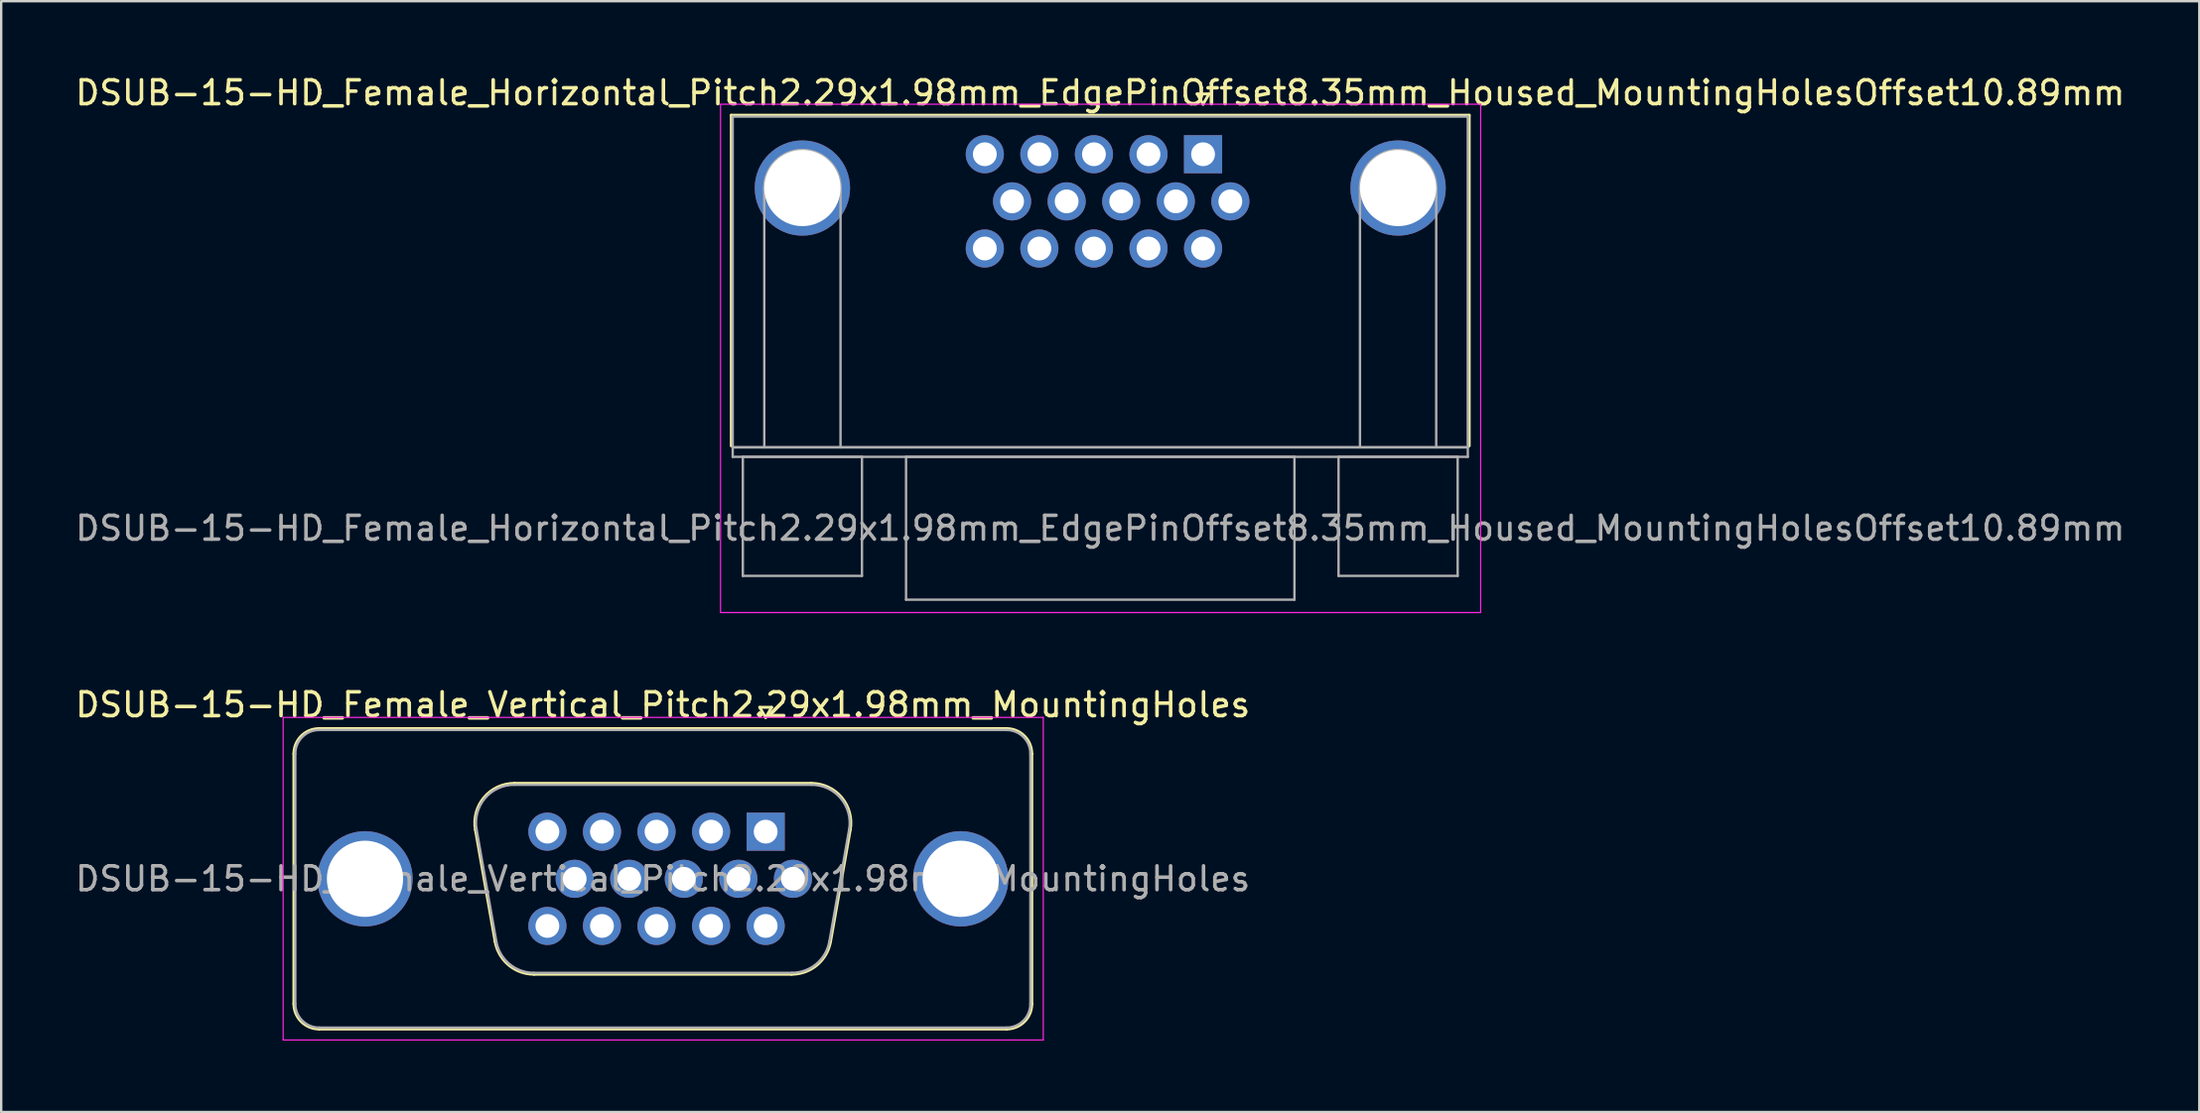
<source format=kicad_pcb>
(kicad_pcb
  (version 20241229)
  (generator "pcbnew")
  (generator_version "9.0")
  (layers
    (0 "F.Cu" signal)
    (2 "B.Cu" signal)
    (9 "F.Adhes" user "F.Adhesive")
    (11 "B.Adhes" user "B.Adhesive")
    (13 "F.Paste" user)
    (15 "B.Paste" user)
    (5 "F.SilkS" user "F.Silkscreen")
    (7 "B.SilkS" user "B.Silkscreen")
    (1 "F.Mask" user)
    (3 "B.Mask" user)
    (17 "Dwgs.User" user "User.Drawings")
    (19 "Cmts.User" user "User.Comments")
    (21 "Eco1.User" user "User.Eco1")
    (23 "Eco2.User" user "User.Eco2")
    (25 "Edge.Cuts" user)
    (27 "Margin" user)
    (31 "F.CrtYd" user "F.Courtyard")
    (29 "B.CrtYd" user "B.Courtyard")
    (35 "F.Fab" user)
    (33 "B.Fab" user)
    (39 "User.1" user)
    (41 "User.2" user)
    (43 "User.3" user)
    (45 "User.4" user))
  (footprint "DSUB-15-HD_Female_Horizontal_Pitch2.29x1.98mm_EdgePinOffset8.35mm_Housed_MountingHolesOffset10.89mm"
    (layer "F.Cu")
    (at 47.44 3.428)
    (property "Reference" "DSUB-15-HD_Female_Horizontal_Pitch2.29x1.98mm_EdgePinOffset8.35mm_Housed_MountingHolesOffset10.89mm" (at -4.315 -2.58 0) (layer "F.SilkS") (effects (font (size 1 1) (thickness 0.15))))
    (attr through_hole)
    (fp_line (start -19.8 -1.64) (end 11.17 -1.64) (stroke (width 0.12) (type solid)) (layer "F.SilkS"))
    (fp_line (start -19.8 12.25) (end -19.8 -1.64) (stroke (width 0.12) (type solid)) (layer "F.SilkS"))
    (fp_line (start -0.25 -2.534) (end 0.25 -2.534) (stroke (width 0.12) (type solid)) (layer "F.SilkS"))
    (fp_line (start 0 -2.101) (end -0.25 -2.534) (stroke (width 0.12) (type solid)) (layer "F.SilkS"))
    (fp_line (start 0.25 -2.534) (end 0 -2.101) (stroke (width 0.12) (type solid)) (layer "F.SilkS"))
    (fp_line (start 11.17 -1.64) (end 11.17 12.25) (stroke (width 0.12) (type solid)) (layer "F.SilkS"))
    (fp_line (start -20.25 -2.1) (end -20.25 19.25) (stroke (width 0.05) (type solid)) (layer "F.CrtYd"))
    (fp_line (start -20.25 19.25) (end 11.65 19.25) (stroke (width 0.05) (type solid)) (layer "F.CrtYd"))
    (fp_line (start 11.65 -2.1) (end -20.25 -2.1) (stroke (width 0.05) (type solid)) (layer "F.CrtYd"))
    (fp_line (start 11.65 19.25) (end 11.65 -2.1) (stroke (width 0.05) (type solid)) (layer "F.CrtYd"))
    (fp_line (start -19.74 -1.58) (end -19.74 12.31) (stroke (width 0.1) (type solid)) (layer "F.Fab"))
    (fp_line (start -19.74 12.31) (end -19.74 12.71) (stroke (width 0.1) (type solid)) (layer "F.Fab"))
    (fp_line (start -19.74 12.31) (end 11.11 12.31) (stroke (width 0.1) (type solid)) (layer "F.Fab"))
    (fp_line (start -19.74 12.71) (end 11.11 12.71) (stroke (width 0.1) (type solid)) (layer "F.Fab"))
    (fp_line (start -19.315 12.71) (end -19.315 17.71) (stroke (width 0.1) (type solid)) (layer "F.Fab"))
    (fp_line (start -19.315 17.71) (end -14.315 17.71) (stroke (width 0.1) (type solid)) (layer "F.Fab"))
    (fp_line (start -18.415 12.31) (end -18.415 1.42) (stroke (width 0.1) (type solid)) (layer "F.Fab"))
    (fp_line (start -15.215 12.31) (end -15.215 1.42) (stroke (width 0.1) (type solid)) (layer "F.Fab"))
    (fp_line (start -14.315 12.71) (end -19.315 12.71) (stroke (width 0.1) (type solid)) (layer "F.Fab"))
    (fp_line (start -14.315 17.71) (end -14.315 12.71) (stroke (width 0.1) (type solid)) (layer "F.Fab"))
    (fp_line (start -12.465 12.71) (end -12.465 18.71) (stroke (width 0.1) (type solid)) (layer "F.Fab"))
    (fp_line (start -12.465 18.71) (end 3.835 18.71) (stroke (width 0.1) (type solid)) (layer "F.Fab"))
    (fp_line (start 3.835 12.71) (end -12.465 12.71) (stroke (width 0.1) (type solid)) (layer "F.Fab"))
    (fp_line (start 3.835 18.71) (end 3.835 12.71) (stroke (width 0.1) (type solid)) (layer "F.Fab"))
    (fp_line (start 5.685 12.71) (end 5.685 17.71) (stroke (width 0.1) (type solid)) (layer "F.Fab"))
    (fp_line (start 5.685 17.71) (end 10.685 17.71) (stroke (width 0.1) (type solid)) (layer "F.Fab"))
    (fp_line (start 6.585 12.31) (end 6.585 1.42) (stroke (width 0.1) (type solid)) (layer "F.Fab"))
    (fp_line (start 9.785 12.31) (end 9.785 1.42) (stroke (width 0.1) (type solid)) (layer "F.Fab"))
    (fp_line (start 10.685 12.71) (end 5.685 12.71) (stroke (width 0.1) (type solid)) (layer "F.Fab"))
    (fp_line (start 10.685 17.71) (end 10.685 12.71) (stroke (width 0.1) (type solid)) (layer "F.Fab"))
    (fp_line (start 11.11 -1.58) (end -19.74 -1.58) (stroke (width 0.1) (type solid)) (layer "F.Fab"))
    (fp_line (start 11.11 12.31) (end -19.74 12.31) (stroke (width 0.1) (type solid)) (layer "F.Fab"))
    (fp_line (start 11.11 12.31) (end 11.11 -1.58) (stroke (width 0.1) (type solid)) (layer "F.Fab"))
    (fp_line (start 11.11 12.71) (end 11.11 12.31) (stroke (width 0.1) (type solid)) (layer "F.Fab"))
    (fp_arc (start -18.415 1.42) (mid -16.815 -0.18) (end -15.215 1.42) (stroke (width 0.1) (type solid)) (layer "F.Fab"))
    (fp_arc (start 6.585 1.42) (mid 8.185 -0.18) (end 9.785 1.42) (stroke (width 0.1) (type solid)) (layer "F.Fab"))
    (fp_text user "${REFERENCE}" (at -4.315 15.71 0) (layer "F.Fab") (effects (font (size 1 1) (thickness 0.15))))
    (pad "0" thru_hole circle (at -16.815 1.42) (size 4 4) (drill 3.2) (layers "*.Cu" "*.Mask"))
    (pad "0" thru_hole circle (at 8.185 1.42) (size 4 4) (drill 3.2) (layers "*.Cu" "*.Mask"))
    (pad "1" thru_hole rect (at 0 0) (size 1.6 1.6) (drill 1) (layers "*.Cu" "*.Mask"))
    (pad "2" thru_hole circle (at -2.29 0) (size 1.6 1.6) (drill 1) (layers "*.Cu" "*.Mask"))
    (pad "3" thru_hole circle (at -4.58 0) (size 1.6 1.6) (drill 1) (layers "*.Cu" "*.Mask"))
    (pad "4" thru_hole circle (at -6.87 0) (size 1.6 1.6) (drill 1) (layers "*.Cu" "*.Mask"))
    (pad "5" thru_hole circle (at -9.16 0) (size 1.6 1.6) (drill 1) (layers "*.Cu" "*.Mask"))
    (pad "6" thru_hole circle (at 1.145 1.98) (size 1.6 1.6) (drill 1) (layers "*.Cu" "*.Mask"))
    (pad "7" thru_hole circle (at -1.145 1.98) (size 1.6 1.6) (drill 1) (layers "*.Cu" "*.Mask"))
    (pad "8" thru_hole circle (at -3.435 1.98) (size 1.6 1.6) (drill 1) (layers "*.Cu" "*.Mask"))
    (pad "9" thru_hole circle (at -5.725 1.98) (size 1.6 1.6) (drill 1) (layers "*.Cu" "*.Mask"))
    (pad "10" thru_hole circle (at -8.015 1.98) (size 1.6 1.6) (drill 1) (layers "*.Cu" "*.Mask"))
    (pad "11" thru_hole circle (at 0 3.96) (size 1.6 1.6) (drill 1) (layers "*.Cu" "*.Mask"))
    (pad "12" thru_hole circle (at -2.29 3.96) (size 1.6 1.6) (drill 1) (layers "*.Cu" "*.Mask"))
    (pad "13" thru_hole circle (at -4.58 3.96) (size 1.6 1.6) (drill 1) (layers "*.Cu" "*.Mask"))
    (pad "14" thru_hole circle (at -6.87 3.96) (size 1.6 1.6) (drill 1) (layers "*.Cu" "*.Mask"))
    (pad "15" thru_hole circle (at -9.16 3.96) (size 1.6 1.6) (drill 1) (layers "*.Cu" "*.Mask")))
  (footprint "DSUB-15-HD_Female_Vertical_Pitch2.29x1.98mm_MountingHoles"
    (layer "F.Cu")
    (at 29.083 31.881)
    (property "Reference" "DSUB-15-HD_Female_Vertical_Pitch2.29x1.98mm_MountingHoles" (at -4.315 -5.33 0) (layer "F.SilkS") (effects (font (size 1 1) (thickness 0.15))))
    (attr through_hole)
    (fp_line (start -19.8 7.23) (end -19.8 -3.27) (stroke (width 0.12) (type solid)) (layer "F.SilkS"))
    (fp_line (start -18.74 -4.33) (end 10.11 -4.33) (stroke (width 0.12) (type solid)) (layer "F.SilkS"))
    (fp_line (start -12.181 -0.082) (end -11.353 4.618) (stroke (width 0.12) (type solid)) (layer "F.SilkS"))
    (fp_line (start -10.547 -2.03) (end 1.917 -2.03) (stroke (width 0.12) (type solid)) (layer "F.SilkS"))
    (fp_line (start -9.718 5.99) (end 1.088 5.99) (stroke (width 0.12) (type solid)) (layer "F.SilkS"))
    (fp_line (start -0.25 -5.224) (end 0.25 -5.224) (stroke (width 0.12) (type solid)) (layer "F.SilkS"))
    (fp_line (start 0 -4.791) (end -0.25 -5.224) (stroke (width 0.12) (type solid)) (layer "F.SilkS"))
    (fp_line (start 0.25 -5.224) (end 0 -4.791) (stroke (width 0.12) (type solid)) (layer "F.SilkS"))
    (fp_line (start 3.551 -0.082) (end 2.723 4.618) (stroke (width 0.12) (type solid)) (layer "F.SilkS"))
    (fp_line (start 10.11 8.29) (end -18.74 8.29) (stroke (width 0.12) (type solid)) (layer "F.SilkS"))
    (fp_line (start 11.17 -3.27) (end 11.17 7.23) (stroke (width 0.12) (type solid)) (layer "F.SilkS"))
    (fp_arc (start -19.8 -3.27) (mid -19.489533 -4.019533) (end -18.74 -4.33) (stroke (width 0.12) (type solid)) (layer "F.SilkS"))
    (fp_arc (start -18.74 8.29) (mid -19.489533 7.979533) (end -19.8 7.23) (stroke (width 0.12) (type solid)) (layer "F.SilkS"))
    (fp_arc (start -12.18147 -0.081744) (mid -11.818323 -1.437028) (end -10.546689 -2.03) (stroke (width 0.12) (type solid)) (layer "F.SilkS"))
    (fp_arc (start -9.717952 5.99) (mid -10.784979 5.601634) (end -11.352733 4.618256) (stroke (width 0.12) (type solid)) (layer "F.SilkS"))
    (fp_arc (start 1.916689 -2.03) (mid 3.188323 -1.437027) (end 3.55147 -0.081744) (stroke (width 0.12) (type solid)) (layer "F.SilkS"))
    (fp_arc (start 2.722733 4.618256) (mid 2.15498 5.601634) (end 1.087952 5.99) (stroke (width 0.12) (type solid)) (layer "F.SilkS"))
    (fp_arc (start 10.11 -4.33) (mid 10.859533 -4.019533) (end 11.17 -3.27) (stroke (width 0.12) (type solid)) (layer "F.SilkS"))
    (fp_arc (start 11.17 7.23) (mid 10.859533 7.979533) (end 10.11 8.29) (stroke (width 0.12) (type solid)) (layer "F.SilkS"))
    (fp_line (start -20.25 -4.8) (end -20.25 8.75) (stroke (width 0.05) (type solid)) (layer "F.CrtYd"))
    (fp_line (start -20.25 8.75) (end 11.65 8.75) (stroke (width 0.05) (type solid)) (layer "F.CrtYd"))
    (fp_line (start 11.65 -4.8) (end -20.25 -4.8) (stroke (width 0.05) (type solid)) (layer "F.CrtYd"))
    (fp_line (start 11.65 8.75) (end 11.65 -4.8) (stroke (width 0.05) (type solid)) (layer "F.CrtYd"))
    (fp_line (start -19.74 7.23) (end -19.74 -3.27) (stroke (width 0.1) (type solid)) (layer "F.Fab"))
    (fp_line (start -18.74 -4.27) (end 10.11 -4.27) (stroke (width 0.1) (type solid)) (layer "F.Fab"))
    (fp_line (start -12.134 -0.092) (end -11.305 4.608) (stroke (width 0.1) (type solid)) (layer "F.Fab"))
    (fp_line (start -10.558 -1.97) (end 1.928 -1.97) (stroke (width 0.1) (type solid)) (layer "F.Fab"))
    (fp_line (start -9.729 5.93) (end 1.099 5.93) (stroke (width 0.1) (type solid)) (layer "F.Fab"))
    (fp_line (start 3.504 -0.092) (end 2.675 4.608) (stroke (width 0.1) (type solid)) (layer "F.Fab"))
    (fp_line (start 10.11 8.23) (end -18.74 8.23) (stroke (width 0.1) (type solid)) (layer "F.Fab"))
    (fp_line (start 11.11 -3.27) (end 11.11 7.23) (stroke (width 0.1) (type solid)) (layer "F.Fab"))
    (fp_arc (start -19.74 -3.27) (mid -19.447107 -3.977107) (end -18.74 -4.27) (stroke (width 0.1) (type solid)) (layer "F.Fab"))
    (fp_arc (start -18.74 8.23) (mid -19.447107 7.937107) (end -19.74 7.23) (stroke (width 0.1) (type solid)) (layer "F.Fab"))
    (fp_arc (start -12.133886 -0.092163) (mid -11.783865 -1.39846) (end -10.558194 -1.97) (stroke (width 0.1) (type solid)) (layer "F.Fab"))
    (fp_arc (start -9.729457 5.93) (mid -10.757917 5.555671) (end -11.305149 4.607837) (stroke (width 0.1) (type solid)) (layer "F.Fab"))
    (fp_arc (start 1.928194 -1.97) (mid 3.153865 -1.39846) (end 3.503886 -0.092163) (stroke (width 0.1) (type solid)) (layer "F.Fab"))
    (fp_arc (start 2.675149 4.607837) (mid 2.127917 5.555671) (end 1.099457 5.93) (stroke (width 0.1) (type solid)) (layer "F.Fab"))
    (fp_arc (start 10.11 -4.27) (mid 10.817107 -3.977107) (end 11.11 -3.27) (stroke (width 0.1) (type solid)) (layer "F.Fab"))
    (fp_arc (start 11.11 7.23) (mid 10.817107 7.937107) (end 10.11 8.23) (stroke (width 0.1) (type solid)) (layer "F.Fab"))
    (fp_text user "${REFERENCE}" (at -4.315 1.98 0) (layer "F.Fab") (effects (font (size 1 1) (thickness 0.15))))
    (pad "0" thru_hole circle (at -16.815 1.98) (size 4 4) (drill 3.2) (layers "*.Cu" "*.Mask"))
    (pad "0" thru_hole circle (at 8.185 1.98) (size 4 4) (drill 3.2) (layers "*.Cu" "*.Mask"))
    (pad "1" thru_hole rect (at 0 0) (size 1.6 1.6) (drill 1) (layers "*.Cu" "*.Mask"))
    (pad "2" thru_hole circle (at -2.29 0) (size 1.6 1.6) (drill 1) (layers "*.Cu" "*.Mask"))
    (pad "3" thru_hole circle (at -4.58 0) (size 1.6 1.6) (drill 1) (layers "*.Cu" "*.Mask"))
    (pad "4" thru_hole circle (at -6.87 0) (size 1.6 1.6) (drill 1) (layers "*.Cu" "*.Mask"))
    (pad "5" thru_hole circle (at -9.16 0) (size 1.6 1.6) (drill 1) (layers "*.Cu" "*.Mask"))
    (pad "6" thru_hole circle (at 1.145 1.98) (size 1.6 1.6) (drill 1) (layers "*.Cu" "*.Mask"))
    (pad "7" thru_hole circle (at -1.145 1.98) (size 1.6 1.6) (drill 1) (layers "*.Cu" "*.Mask"))
    (pad "8" thru_hole circle (at -3.435 1.98) (size 1.6 1.6) (drill 1) (layers "*.Cu" "*.Mask"))
    (pad "9" thru_hole circle (at -5.725 1.98) (size 1.6 1.6) (drill 1) (layers "*.Cu" "*.Mask"))
    (pad "10" thru_hole circle (at -8.015 1.98) (size 1.6 1.6) (drill 1) (layers "*.Cu" "*.Mask"))
    (pad "11" thru_hole circle (at 0 3.96) (size 1.6 1.6) (drill 1) (layers "*.Cu" "*.Mask"))
    (pad "12" thru_hole circle (at -2.29 3.96) (size 1.6 1.6) (drill 1) (layers "*.Cu" "*.Mask"))
    (pad "13" thru_hole circle (at -4.58 3.96) (size 1.6 1.6) (drill 1) (layers "*.Cu" "*.Mask"))
    (pad "14" thru_hole circle (at -6.87 3.96) (size 1.6 1.6) (drill 1) (layers "*.Cu" "*.Mask"))
    (pad "15" thru_hole circle (at -9.16 3.96) (size 1.6 1.6) (drill 1) (layers "*.Cu" "*.Mask")))
  (gr_rect
    (start -3 -3)
    (end 89.25 43.657)
    (stroke (width 0.1) (type default))
    (fill no)
    (layer "Edge.Cuts")))
</source>
